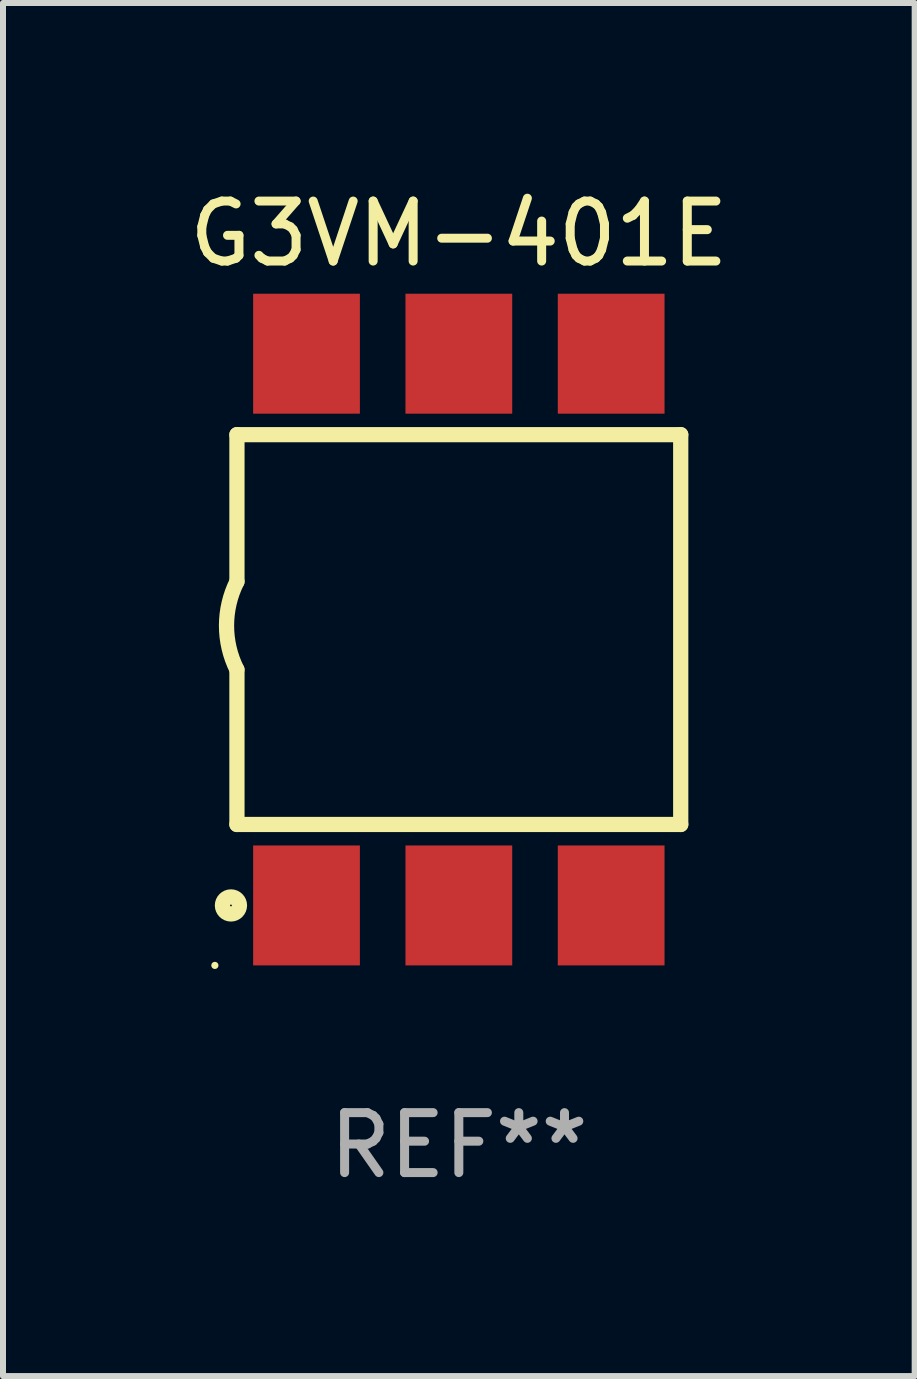
<source format=kicad_pcb>
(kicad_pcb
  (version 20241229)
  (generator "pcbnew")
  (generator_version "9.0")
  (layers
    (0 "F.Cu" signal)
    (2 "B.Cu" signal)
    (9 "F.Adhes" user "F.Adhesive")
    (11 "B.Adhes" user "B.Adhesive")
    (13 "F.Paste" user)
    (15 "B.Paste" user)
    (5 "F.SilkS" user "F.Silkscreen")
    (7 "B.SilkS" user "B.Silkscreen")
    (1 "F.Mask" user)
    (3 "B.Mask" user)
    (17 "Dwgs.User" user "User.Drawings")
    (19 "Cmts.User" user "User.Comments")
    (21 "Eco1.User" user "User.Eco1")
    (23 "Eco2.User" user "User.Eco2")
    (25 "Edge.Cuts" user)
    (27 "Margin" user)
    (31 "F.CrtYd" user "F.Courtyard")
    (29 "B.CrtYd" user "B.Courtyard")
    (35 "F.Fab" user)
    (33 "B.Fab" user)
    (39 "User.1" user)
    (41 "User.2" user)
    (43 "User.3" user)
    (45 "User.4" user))
  (footprint "G3VM-401E"
    (layer "F.Cu")
    (at 4.601 7.448)
    (property "Reference" "G3VM-401E" (at 0 -6.6 0) (layer "F.SilkS") (effects (font (size 1 1) (thickness 0.15))))
    (attr through_hole)
    (fp_line (start -3.7 -3.25) (end -3.7 -0.8) (stroke (width 0.254) (type solid)) (layer "F.SilkS"))
    (fp_line (start -3.7 -3.25) (end 3.7 -3.25) (stroke (width 0.254) (type solid)) (layer "F.SilkS"))
    (fp_line (start -3.7 3.25) (end -3.7 0.669) (stroke (width 0.254) (type solid)) (layer "F.SilkS"))
    (fp_line (start 3.7 -3.25) (end 3.7 3.25) (stroke (width 0.254) (type solid)) (layer "F.SilkS"))
    (fp_line (start 3.7 3.25) (end -3.7 3.25) (stroke (width 0.254) (type solid)) (layer "F.SilkS"))
    (fp_arc (start -3.700787 0.668021) (mid -3.873795 -0.066082) (end -3.7 -0.8) (stroke (width 0.254001) (type solid)) (layer "F.SilkS"))
    (fp_circle (center -4.068 5.6) (end -4.038 5.6) (stroke (width 0.06) (type solid)) (fill no) (layer "F.SilkS"))
    (fp_circle (center -3.8 4.6) (end -3.658 4.6) (stroke (width 0.254) (type solid)) (fill no) (layer "F.SilkS"))
    (fp_text user "REF**" (at 0 8.6 0) (layer "F.Fab") (effects (font (size 1 1) (thickness 0.15))))
    (pad "1" smd rect (at -2.54 4.6) (size 1.78 2) (layers "F.Cu" "F.Mask" "F.Paste"))
    (pad "2" smd rect (at 0 4.6) (size 1.78 2) (layers "F.Cu" "F.Mask" "F.Paste"))
    (pad "3" smd rect (at 2.54 4.6) (size 1.78 2) (layers "F.Cu" "F.Mask" "F.Paste"))
    (pad "4" smd rect (at 2.54 -4.6) (size 1.78 2) (layers "F.Cu" "F.Mask" "F.Paste"))
    (pad "5" smd rect (at 0 -4.6) (size 1.78 2) (layers "F.Cu" "F.Mask" "F.Paste"))
    (pad "6" smd rect (at -2.54 -4.6) (size 1.78 2) (layers "F.Cu" "F.Mask" "F.Paste")))
  (gr_rect
    (start -3 -3)
    (end 12.202 19.896)
    (stroke (width 0.1) (type default))
    (fill no)
    (layer "Edge.Cuts")))
</source>
